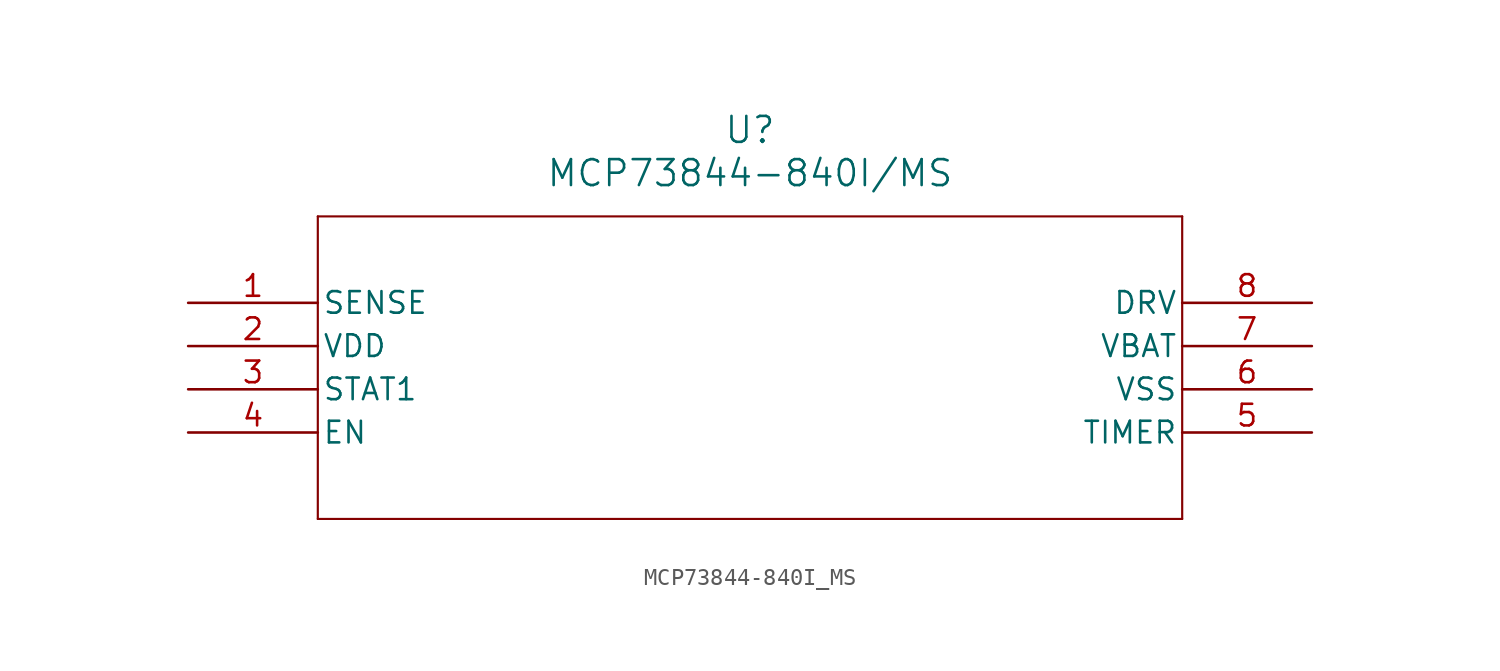
<source format=kicad_sym>
(kicad_symbol_lib
  (version 20211014)
  (generator kicad_symbol_editor)
  (symbol "MCP73844-840I_MS"
    (pin_names
      (offset 0.254))
    (property "Reference" "U"
      (at 33.02 10.16 0)
      (effects (font (size 1.524 1.524))))
    (property "Value" "MCP73844-840I/MS"
      (at 33.02 7.62 0)
      (effects (font (size 1.524 1.524))))
    (symbol "MCP73844-840I_MS_0_1"
      (polyline (pts (xy 7.62 5.08) (xy 7.62 -12.7)) (stroke (width 0.127) (type default) (color 0 0 0 0)) (fill (type none)))
      (polyline (pts (xy 7.62 -12.7) (xy 58.42 -12.7)) (stroke (width 0.127) (type default) (color 0 0 0 0)) (fill (type none)))
      (polyline (pts (xy 58.42 -12.7) (xy 58.42 5.08)) (stroke (width 0.127) (type default) (color 0 0 0 0)) (fill (type none)))
      (polyline (pts (xy 58.42 5.08) (xy 7.62 5.08)) (stroke (width 0.127) (type default) (color 0 0 0 0)) (fill (type none)))
      (pin unspecified line (at 0 0 0) (length 7.62) (name "SENSE" (effects (font (size 1.27 1.27)))) (number "1" (effects (font (size 1.27 1.27)))))
      (pin unspecified line (at 0 -2.54 0) (length 7.62) (name "VDD" (effects (font (size 1.27 1.27)))) (number "2" (effects (font (size 1.27 1.27)))))
      (pin unspecified line (at 0 -5.08 0) (length 7.62) (name "STAT1" (effects (font (size 1.27 1.27)))) (number "3" (effects (font (size 1.27 1.27)))))
      (pin unspecified line (at 0 -7.62 0) (length 7.62) (name "EN" (effects (font (size 1.27 1.27)))) (number "4" (effects (font (size 1.27 1.27)))))
      (pin unspecified line (at 66.04 -7.62 180) (length 7.62) (name "TIMER" (effects (font (size 1.27 1.27)))) (number "5" (effects (font (size 1.27 1.27)))))
      (pin unspecified line (at 66.04 -5.08 180) (length 7.62) (name "VSS" (effects (font (size 1.27 1.27)))) (number "6" (effects (font (size 1.27 1.27)))))
      (pin unspecified line (at 66.04 -2.54 180) (length 7.62) (name "VBAT" (effects (font (size 1.27 1.27)))) (number "7" (effects (font (size 1.27 1.27)))))
      (pin unspecified line (at 66.04 0 180) (length 7.62) (name "DRV" (effects (font (size 1.27 1.27)))) (number "8" (effects (font (size 1.27 1.27))))))))
</source>
